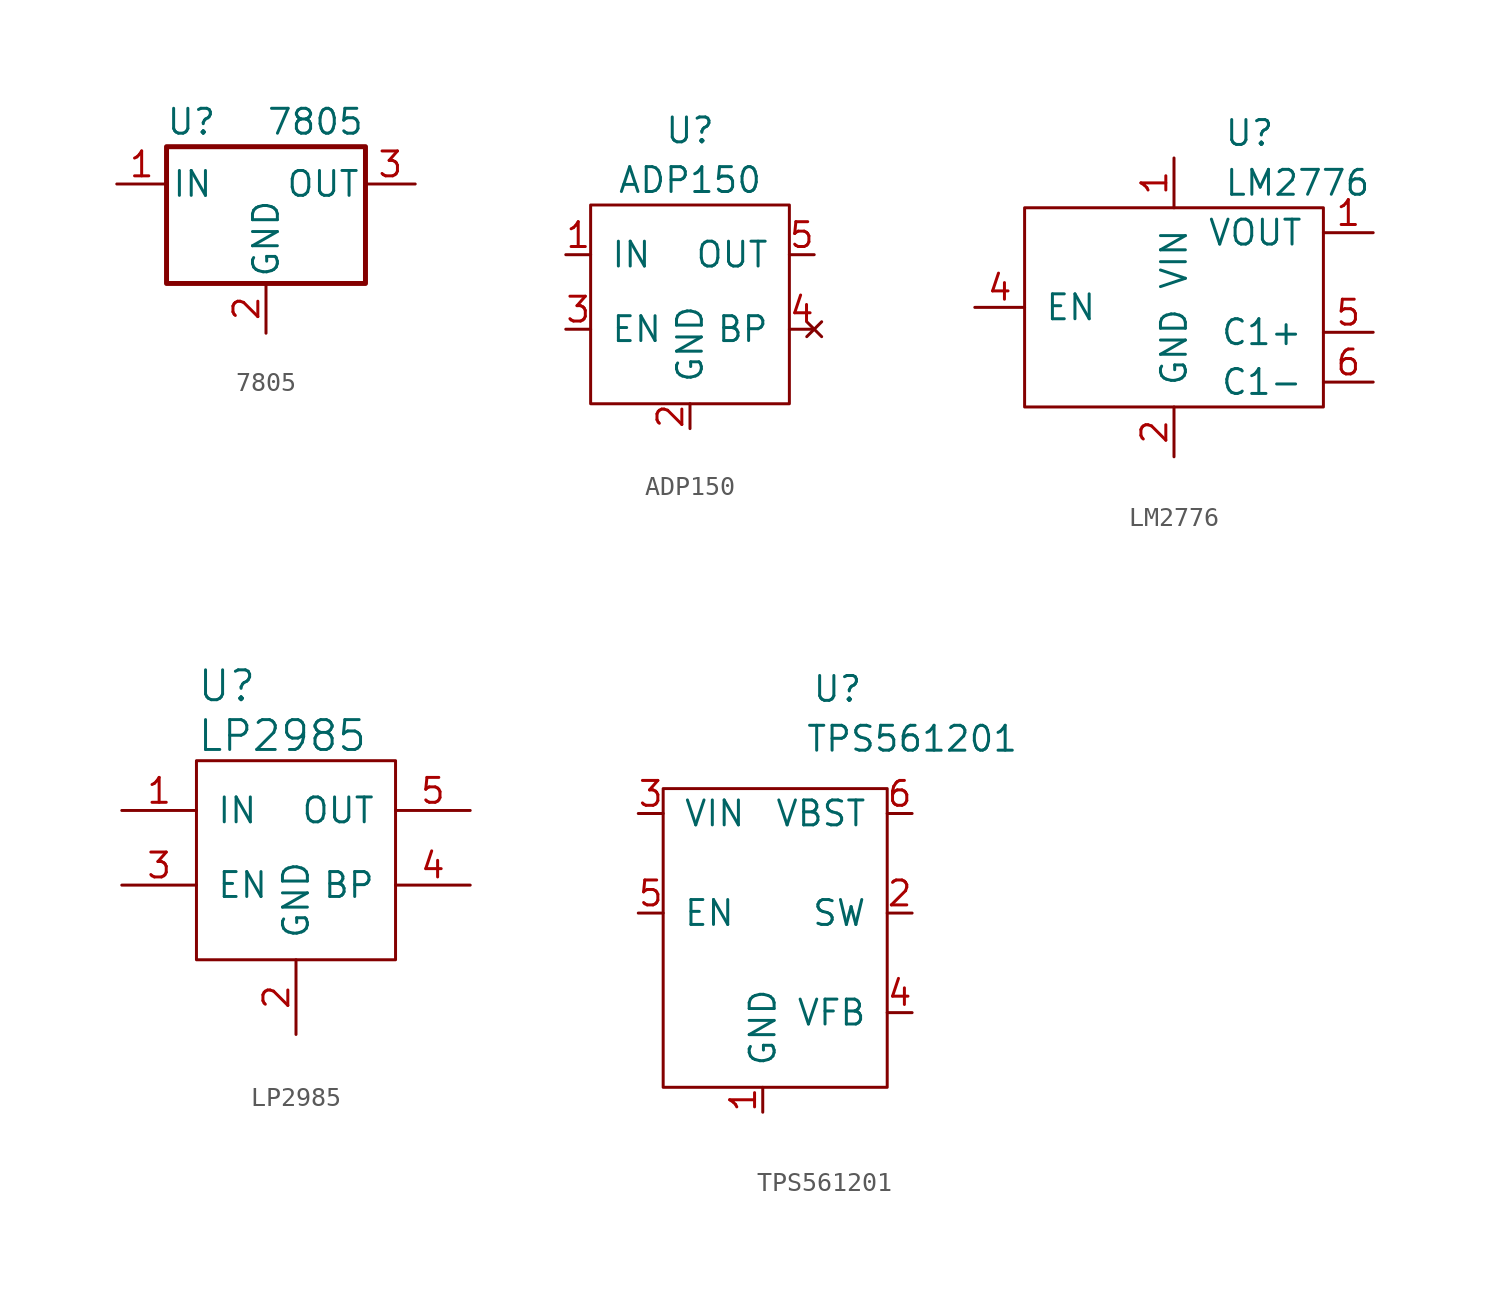
<source format=kicad_sym>
(kicad_symbol_lib
  (version 20211014)
  (generator kicad_symbol_editor)
  (symbol "7805"
    (pin_names
      (offset 0.254))
    (property "Reference" "U"
      (at -3.81 3.175 0)
      (effects (font (size 1.27 1.27))))
    (property "Value" "7805"
      (at 0 3.175 0)
      (effects (font (size 1.27 1.27)) (justify left)))
    (symbol "7805_0_1"
      (rectangle (start -5.08 1.905) (end 5.08 -5.08) (stroke (width 0.254) (type default) (color 0 0 0 0)) (fill (type none))))
    (symbol "7805_1_1"
      (pin power_in line (at -7.62 0 0) (length 2.54) (name "IN" (effects (font (size 1.27 1.27)))) (number "1" (effects (font (size 1.27 1.27)))))
      (pin power_in line (at 0 -7.62 90) (length 2.54) (name "GND" (effects (font (size 1.27 1.27)))) (number "2" (effects (font (size 1.27 1.27)))))
      (pin power_out line (at 7.62 0 180) (length 2.54) (name "OUT" (effects (font (size 1.27 1.27)))) (number "3" (effects (font (size 1.27 1.27)))))))
  (symbol "ADP150"
    (pin_names
      (offset 1.016))
    (property "Reference" "U"
      (at 0 8.89 0)
      (effects (font (size 1.27 1.27))))
    (property "Value" "ADP150"
      (at 0 6.35 0)
      (effects (font (size 1.27 1.27))))
    (symbol "ADP150_1_1"
      (rectangle (start -5.08 5.08) (end 5.08 -5.08) (stroke (width 0) (type default) (color 0 0 0 0)) (fill (type none)))
      (pin power_in line (at -6.35 2.54 0) (length 1.27) (name "IN" (effects (font (size 1.27 1.27)))) (number "1" (effects (font (size 1.27 1.27)))))
      (pin power_in line (at 0 -6.35 90) (length 1.27) (name "GND" (effects (font (size 1.27 1.27)))) (number "2" (effects (font (size 1.27 1.27)))))
      (pin input line (at -6.35 -1.27 0) (length 1.27) (name "EN" (effects (font (size 1.27 1.27)))) (number "3" (effects (font (size 1.27 1.27)))))
      (pin no_connect line (at 6.35 -1.27 180) (length 1.27) (name "BP" (effects (font (size 1.27 1.27)))) (number "4" (effects (font (size 1.27 1.27)))))
      (pin power_out line (at 6.35 2.54 180) (length 1.27) (name "OUT" (effects (font (size 1.27 1.27)))) (number "5" (effects (font (size 1.27 1.27)))))))
  (symbol "LM2776"
    (pin_names
      (offset 1.016))
    (property "Reference" "U"
      (at 2.54 8.89 0)
      (effects (font (size 1.27 1.27)) (justify left)))
    (property "Value" "LM2776"
      (at 2.54 6.35 0)
      (effects (font (size 1.27 1.27)) (justify left)))
    (symbol "LM2776_0_1"
      (rectangle (start -7.62 5.08) (end 7.62 -5.08) (stroke (width 0) (type default) (color 0 0 0 0)) (fill (type none))))
    (symbol "LM2776_1_1"
      (pin power_in line (at 0 7.62 270) (length 2.54) (name "VIN" (effects (font (size 1.27 1.27)))) (number "1" (effects (font (size 1.27 1.27)))))
      (pin power_out line (at 10.16 3.81 180) (length 2.54) (name "VOUT" (effects (font (size 1.27 1.27)))) (number "1" (effects (font (size 1.27 1.27)))))
      (pin power_in line (at 0 -7.62 90) (length 2.54) (name "GND" (effects (font (size 1.27 1.27)))) (number "2" (effects (font (size 1.27 1.27)))))
      (pin input line (at -10.16 0 0) (length 2.54) (name "EN" (effects (font (size 1.27 1.27)))) (number "4" (effects (font (size 1.27 1.27)))))
      (pin output line (at 10.16 -1.27 180) (length 2.54) (name "C1+" (effects (font (size 1.27 1.27)))) (number "5" (effects (font (size 1.27 1.27)))))
      (pin output line (at 10.16 -3.81 180) (length 2.54) (name "C1-" (effects (font (size 1.27 1.27)))) (number "6" (effects (font (size 1.27 1.27)))))))
  (symbol "LP2985"
    (pin_names
      (offset 1.016))
    (property "Reference" "U"
      (at -5.08 7.62 0)
      (effects (font (size 1.524 1.524)) (justify left)))
    (property "Value" "LP2985"
      (at -5.08 5.08 0)
      (effects (font (size 1.524 1.524)) (justify left)))
    (symbol "LP2985_0_1"
      (rectangle (start -5.08 3.81) (end 5.08 -6.35) (stroke (width 0) (type default) (color 0 0 0 0)) (fill (type none))))
    (symbol "LP2985_1_1"
      (pin power_in line (at -8.89 1.27 0) (length 3.81) (name "IN" (effects (font (size 1.27 1.27)))) (number "1" (effects (font (size 1.27 1.27)))))
      (pin power_in line (at 0 -10.16 90) (length 3.81) (name "GND" (effects (font (size 1.27 1.27)))) (number "2" (effects (font (size 1.27 1.27)))))
      (pin input line (at -8.89 -2.54 0) (length 3.81) (name "EN" (effects (font (size 1.27 1.27)))) (number "3" (effects (font (size 1.27 1.27)))))
      (pin input line (at 8.89 -2.54 180) (length 3.81) (name "BP" (effects (font (size 1.27 1.27)))) (number "4" (effects (font (size 1.27 1.27)))))
      (pin power_out line (at 8.89 1.27 180) (length 3.81) (name "OUT" (effects (font (size 1.27 1.27)))) (number "5" (effects (font (size 1.27 1.27)))))))
  (symbol "TPS561201"
    (pin_names
      (offset 1.016))
    (property "Reference" "U"
      (at 2.54 11.43 0)
      (effects (font (size 1.27 1.27))))
    (property "Value" "TPS561201"
      (at 6.35 8.89 0)
      (effects (font (size 1.27 1.27))))
    (symbol "TPS561201_0_1"
      (rectangle (start -6.35 6.35) (end 5.08 -8.89) (stroke (width 0) (type default) (color 0 0 0 0)) (fill (type none))))
    (symbol "TPS561201_1_1"
      (pin power_in line (at -1.27 -10.16 90) (length 1.27) (name "GND" (effects (font (size 1.27 1.27)))) (number "1" (effects (font (size 1.27 1.27)))))
      (pin power_out line (at 6.35 0 180) (length 1.27) (name "SW" (effects (font (size 1.27 1.27)))) (number "2" (effects (font (size 1.27 1.27)))))
      (pin power_in line (at -7.62 5.08 0) (length 1.27) (name "VIN" (effects (font (size 1.27 1.27)))) (number "3" (effects (font (size 1.27 1.27)))))
      (pin input line (at 6.35 -5.08 180) (length 1.27) (name "VFB" (effects (font (size 1.27 1.27)))) (number "4" (effects (font (size 1.27 1.27)))))
      (pin input line (at -7.62 0 0) (length 1.27) (name "EN" (effects (font (size 1.27 1.27)))) (number "5" (effects (font (size 1.27 1.27)))))
      (pin input line (at 6.35 5.08 180) (length 1.27) (name "VBST" (effects (font (size 1.27 1.27)))) (number "6" (effects (font (size 1.27 1.27))))))))
</source>
